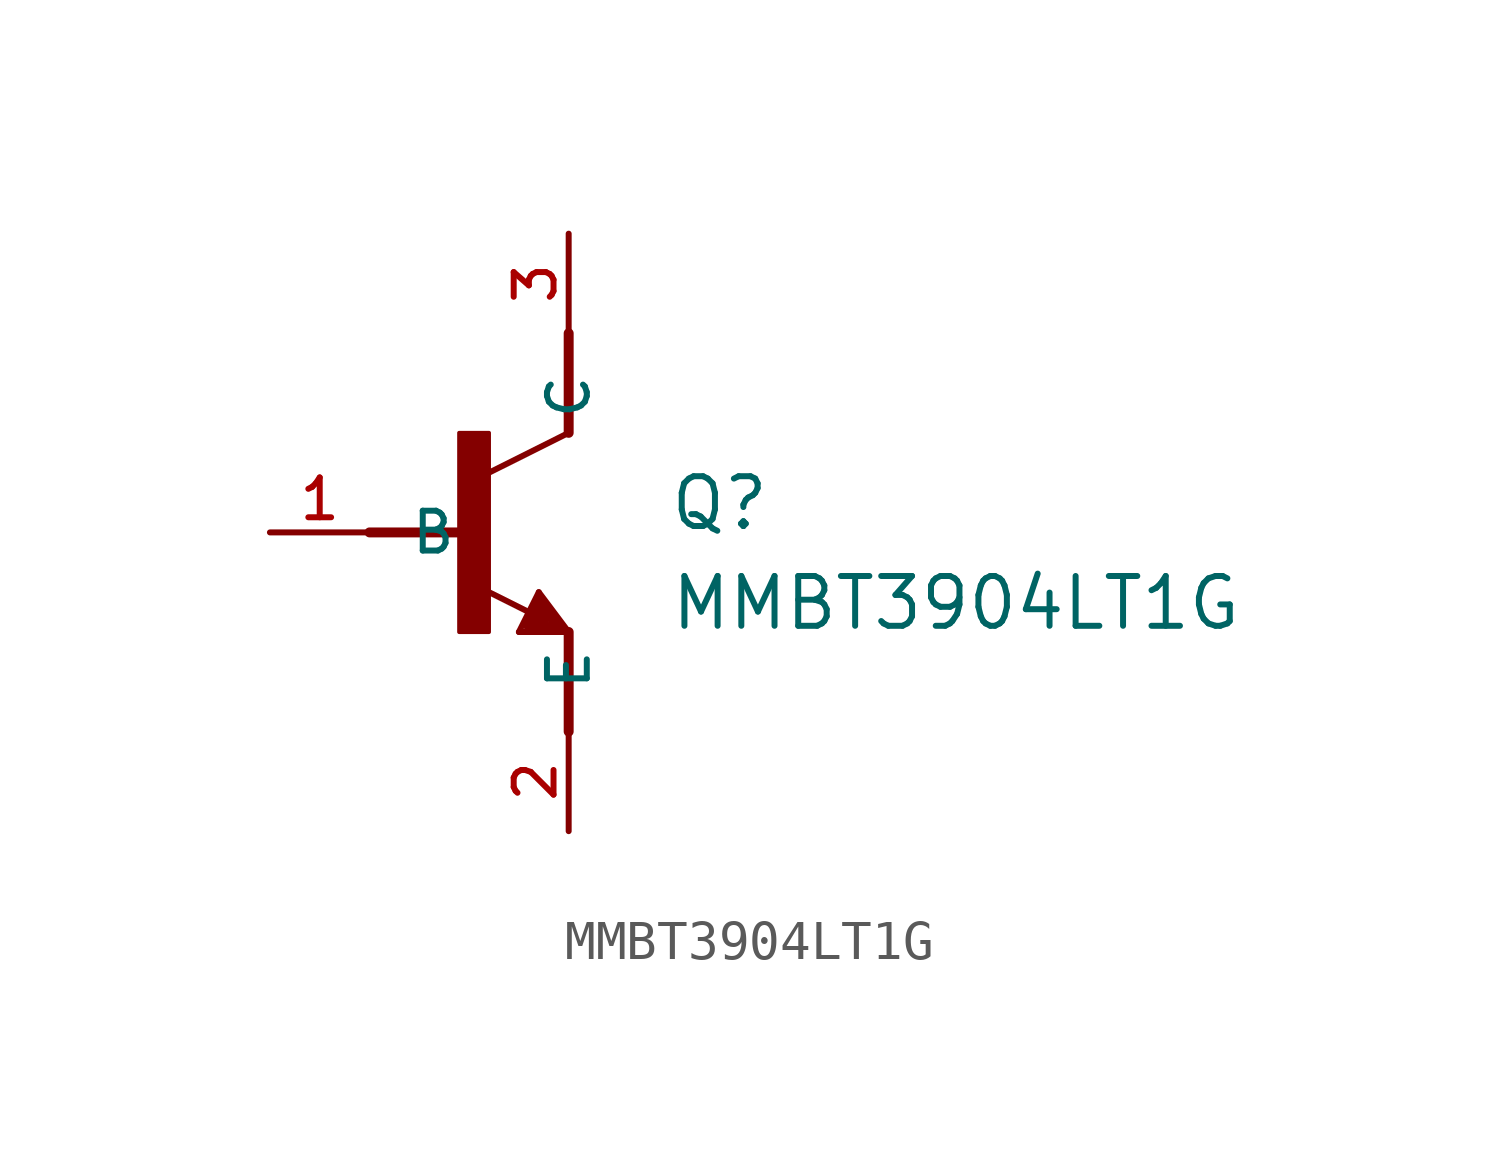
<source format=kicad_sym>
(kicad_symbol_lib
  (version 20241209)
  (generator "kicad_symbol_editor")
  (generator_version "9.0")
  (symbol "MMBT3904LT1G"
    (pin_names
      (offset 1.016))
    (property "Reference" "Q"
      (at 5.082 0 0)
      (effects (font (size 1.27 1.27)) (justify left bottom)))
    (property "Value" "MMBT3904LT1G"
      (at 5.09 -2.545 0)
      (effects (font (size 1.27 1.27)) (justify left bottom)))
    (symbol "MMBT3904LT1G_0_0"
      (polyline (pts (xy -2.54 0) (xy 0 0)) (stroke (width 0.254) (type default)) (fill (type none)))
      (rectangle (start -0.254 -2.542) (end 0.508 2.54) (stroke (width 0.1) (type default)) (fill (type outline)))
      (polyline (pts (xy 1.27 -2.54) (xy 1.778 -1.524)) (stroke (width 0.152) (type default)) (fill (type none)))
      (polyline (pts (xy 1.524 -2.286) (xy 1.905 -2.286)) (stroke (width 0.254) (type default)) (fill (type none)))
      (polyline (pts (xy 1.524 -2.413) (xy 2.286 -2.413)) (stroke (width 0.254) (type default)) (fill (type none)))
      (polyline (pts (xy 1.54 -2.04) (xy 0.308 -1.424)) (stroke (width 0.152) (type default)) (fill (type none)))
      (polyline (pts (xy 1.778 -1.524) (xy 2.54 -2.54)) (stroke (width 0.152) (type default)) (fill (type none)))
      (polyline (pts (xy 1.778 -1.778) (xy 1.524 -2.286)) (stroke (width 0.254) (type default)) (fill (type none)))
      (polyline (pts (xy 1.905 -2.286) (xy 1.778 -2.032)) (stroke (width 0.254) (type default)) (fill (type none)))
      (polyline (pts (xy 2.286 -2.413) (xy 1.778 -1.778)) (stroke (width 0.254) (type default)) (fill (type none)))
      (polyline (pts (xy 2.54 5.08) (xy 2.54 2.54)) (stroke (width 0.254) (type default)) (fill (type none)))
      (polyline (pts (xy 2.54 2.54) (xy 0.508 1.524)) (stroke (width 0.152) (type default)) (fill (type none)))
      (polyline (pts (xy 2.54 -2.54) (xy 1.27 -2.54)) (stroke (width 0.152) (type default)) (fill (type none)))
      (polyline (pts (xy 2.54 -2.54) (xy 2.54 -5.08)) (stroke (width 0.254) (type default)) (fill (type none)))
      (pin passive line (at -5.08 0 0) (length 2.54) (name "B" (effects (font (size 1.016 1.016)))) (number "1" (effects (font (size 1.016 1.016)))))
      (pin passive line (at 2.54 7.62 270) (length 2.54) (name "C" (effects (font (size 1.016 1.016)))) (number "3" (effects (font (size 1.016 1.016)))))
      (pin passive line (at 2.54 -7.62 90) (length 2.54) (name "E" (effects (font (size 1.016 1.016)))) (number "2" (effects (font (size 1.016 1.016))))))))
</source>
